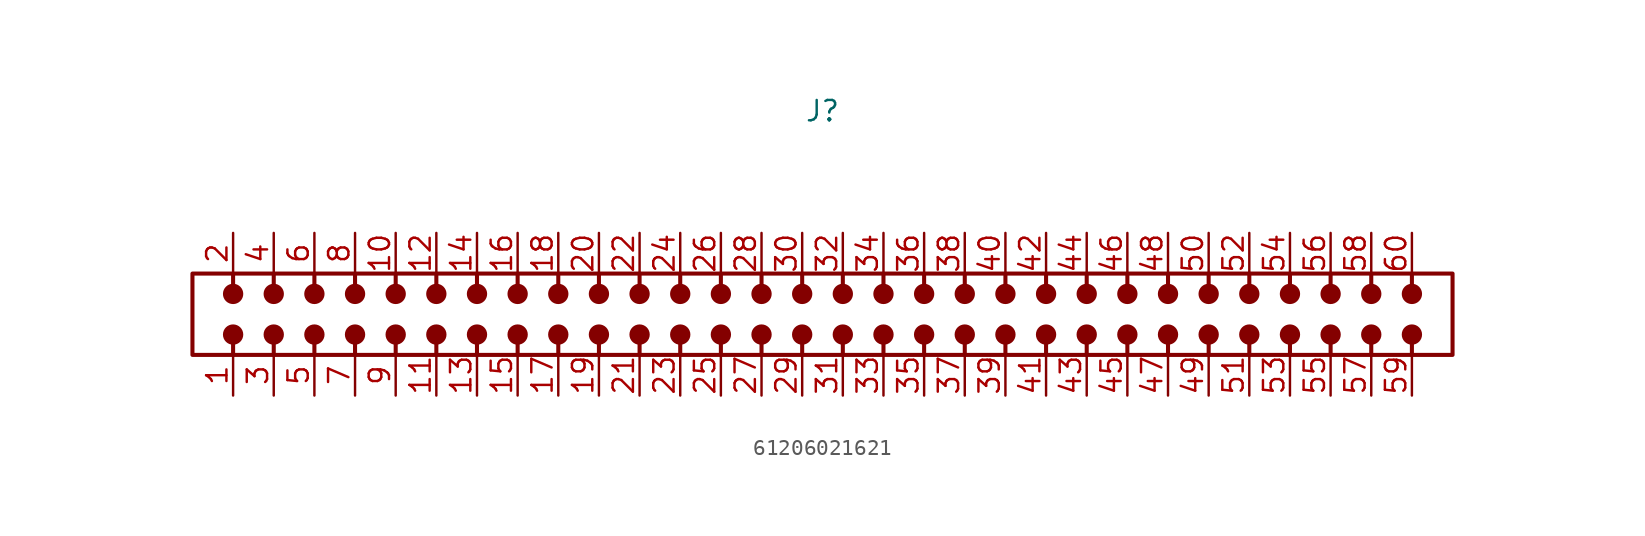
<source format=kicad_sym>
(kicad_symbol_lib
  (version 20241209)
  (generator "kicad_symbol_editor")
  (generator_version "9.0")
  (symbol "61206021621"
    (pin_names
      (hide yes))
    (property "Reference" "J"
      (at 0 12.7 0)
      (effects (font (size 1.27 1.27))))
    (symbol "61206021621_1_1"
      (rectangle (start -39.37 2.54) (end 39.37 -2.54) (stroke (width 0.254) (type solid)) (fill (type none)))
      (polyline (pts (xy -36.83 1.778) (xy -36.83 2.54)) (stroke (width 0.254) (type solid)) (fill (type none)))
      (circle (center -36.83 1.27) (radius 0.508) (stroke (width 0.254) (type solid)) (fill (type outline)))
      (circle (center -36.83 -1.27) (radius 0.508) (stroke (width 0.254) (type solid)) (fill (type outline)))
      (polyline (pts (xy -36.83 -1.778) (xy -36.83 -2.54)) (stroke (width 0.254) (type solid)) (fill (type none)))
      (polyline (pts (xy -34.29 1.778) (xy -34.29 2.54)) (stroke (width 0.254) (type solid)) (fill (type none)))
      (circle (center -34.29 1.27) (radius 0.508) (stroke (width 0.254) (type solid)) (fill (type outline)))
      (circle (center -34.29 -1.27) (radius 0.508) (stroke (width 0.254) (type solid)) (fill (type outline)))
      (polyline (pts (xy -34.29 -1.778) (xy -34.29 -2.54)) (stroke (width 0.254) (type solid)) (fill (type none)))
      (polyline (pts (xy -31.75 1.778) (xy -31.75 2.54)) (stroke (width 0.254) (type solid)) (fill (type none)))
      (circle (center -31.75 1.27) (radius 0.508) (stroke (width 0.254) (type solid)) (fill (type outline)))
      (circle (center -31.75 -1.27) (radius 0.508) (stroke (width 0.254) (type solid)) (fill (type outline)))
      (polyline (pts (xy -31.75 -1.778) (xy -31.75 -2.54)) (stroke (width 0.254) (type solid)) (fill (type none)))
      (polyline (pts (xy -29.21 1.778) (xy -29.21 2.54)) (stroke (width 0.254) (type solid)) (fill (type none)))
      (circle (center -29.21 1.27) (radius 0.508) (stroke (width 0.254) (type solid)) (fill (type outline)))
      (circle (center -29.21 -1.27) (radius 0.508) (stroke (width 0.254) (type solid)) (fill (type outline)))
      (polyline (pts (xy -29.21 -1.778) (xy -29.21 -2.54)) (stroke (width 0.254) (type solid)) (fill (type none)))
      (polyline (pts (xy -26.67 1.778) (xy -26.67 2.54)) (stroke (width 0.254) (type solid)) (fill (type none)))
      (circle (center -26.67 1.27) (radius 0.508) (stroke (width 0.254) (type solid)) (fill (type outline)))
      (circle (center -26.67 -1.27) (radius 0.508) (stroke (width 0.254) (type solid)) (fill (type outline)))
      (polyline (pts (xy -26.67 -1.778) (xy -26.67 -2.54)) (stroke (width 0.254) (type solid)) (fill (type none)))
      (polyline (pts (xy -24.13 1.778) (xy -24.13 2.54)) (stroke (width 0.254) (type solid)) (fill (type none)))
      (circle (center -24.13 1.27) (radius 0.508) (stroke (width 0.254) (type solid)) (fill (type outline)))
      (circle (center -24.13 -1.27) (radius 0.508) (stroke (width 0.254) (type solid)) (fill (type outline)))
      (polyline (pts (xy -24.13 -1.778) (xy -24.13 -2.54)) (stroke (width 0.254) (type solid)) (fill (type none)))
      (polyline (pts (xy -21.59 1.778) (xy -21.59 2.54)) (stroke (width 0.254) (type solid)) (fill (type none)))
      (circle (center -21.59 1.27) (radius 0.508) (stroke (width 0.254) (type solid)) (fill (type outline)))
      (circle (center -21.59 -1.27) (radius 0.508) (stroke (width 0.254) (type solid)) (fill (type outline)))
      (polyline (pts (xy -21.59 -1.778) (xy -21.59 -2.54)) (stroke (width 0.254) (type solid)) (fill (type none)))
      (polyline (pts (xy -19.05 1.778) (xy -19.05 2.54)) (stroke (width 0.254) (type solid)) (fill (type none)))
      (circle (center -19.05 1.27) (radius 0.508) (stroke (width 0.254) (type solid)) (fill (type outline)))
      (circle (center -19.05 -1.27) (radius 0.508) (stroke (width 0.254) (type solid)) (fill (type outline)))
      (polyline (pts (xy -19.05 -1.778) (xy -19.05 -2.54)) (stroke (width 0.254) (type solid)) (fill (type none)))
      (polyline (pts (xy -16.51 1.778) (xy -16.51 2.54)) (stroke (width 0.254) (type solid)) (fill (type none)))
      (circle (center -16.51 1.27) (radius 0.508) (stroke (width 0.254) (type solid)) (fill (type outline)))
      (circle (center -16.51 -1.27) (radius 0.508) (stroke (width 0.254) (type solid)) (fill (type outline)))
      (polyline (pts (xy -16.51 -1.778) (xy -16.51 -2.54)) (stroke (width 0.254) (type solid)) (fill (type none)))
      (polyline (pts (xy -13.97 1.778) (xy -13.97 2.54)) (stroke (width 0.254) (type solid)) (fill (type none)))
      (circle (center -13.97 1.27) (radius 0.508) (stroke (width 0.254) (type solid)) (fill (type outline)))
      (circle (center -13.97 -1.27) (radius 0.508) (stroke (width 0.254) (type solid)) (fill (type outline)))
      (polyline (pts (xy -13.97 -1.778) (xy -13.97 -2.54)) (stroke (width 0.254) (type solid)) (fill (type none)))
      (polyline (pts (xy -11.43 1.778) (xy -11.43 2.54)) (stroke (width 0.254) (type solid)) (fill (type none)))
      (circle (center -11.43 1.27) (radius 0.508) (stroke (width 0.254) (type solid)) (fill (type outline)))
      (circle (center -11.43 -1.27) (radius 0.508) (stroke (width 0.254) (type solid)) (fill (type outline)))
      (polyline (pts (xy -11.43 -1.778) (xy -11.43 -2.54)) (stroke (width 0.254) (type solid)) (fill (type none)))
      (polyline (pts (xy -8.89 1.778) (xy -8.89 2.54)) (stroke (width 0.254) (type solid)) (fill (type none)))
      (circle (center -8.89 1.27) (radius 0.508) (stroke (width 0.254) (type solid)) (fill (type outline)))
      (circle (center -8.89 -1.27) (radius 0.508) (stroke (width 0.254) (type solid)) (fill (type outline)))
      (polyline (pts (xy -8.89 -1.778) (xy -8.89 -2.54)) (stroke (width 0.254) (type solid)) (fill (type none)))
      (polyline (pts (xy -6.35 1.778) (xy -6.35 2.54)) (stroke (width 0.254) (type solid)) (fill (type none)))
      (circle (center -6.35 1.27) (radius 0.508) (stroke (width 0.254) (type solid)) (fill (type outline)))
      (circle (center -6.35 -1.27) (radius 0.508) (stroke (width 0.254) (type solid)) (fill (type outline)))
      (polyline (pts (xy -6.35 -1.778) (xy -6.35 -2.54)) (stroke (width 0.254) (type solid)) (fill (type none)))
      (polyline (pts (xy -3.81 1.778) (xy -3.81 2.54)) (stroke (width 0.254) (type solid)) (fill (type none)))
      (circle (center -3.81 1.27) (radius 0.508) (stroke (width 0.254) (type solid)) (fill (type outline)))
      (circle (center -3.81 -1.27) (radius 0.508) (stroke (width 0.254) (type solid)) (fill (type outline)))
      (polyline (pts (xy -3.81 -1.778) (xy -3.81 -2.54)) (stroke (width 0.254) (type solid)) (fill (type none)))
      (polyline (pts (xy -1.27 1.778) (xy -1.27 2.54)) (stroke (width 0.254) (type solid)) (fill (type none)))
      (circle (center -1.27 1.27) (radius 0.508) (stroke (width 0.254) (type solid)) (fill (type outline)))
      (circle (center -1.27 -1.27) (radius 0.508) (stroke (width 0.254) (type solid)) (fill (type outline)))
      (polyline (pts (xy -1.27 -1.778) (xy -1.27 -2.54)) (stroke (width 0.254) (type solid)) (fill (type none)))
      (polyline (pts (xy 1.27 1.778) (xy 1.27 2.54)) (stroke (width 0.254) (type solid)) (fill (type none)))
      (circle (center 1.27 1.27) (radius 0.508) (stroke (width 0.254) (type solid)) (fill (type outline)))
      (circle (center 1.27 -1.27) (radius 0.508) (stroke (width 0.254) (type solid)) (fill (type outline)))
      (polyline (pts (xy 1.27 -1.778) (xy 1.27 -2.54)) (stroke (width 0.254) (type solid)) (fill (type none)))
      (polyline (pts (xy 3.81 1.778) (xy 3.81 2.54)) (stroke (width 0.254) (type solid)) (fill (type none)))
      (circle (center 3.81 1.27) (radius 0.508) (stroke (width 0.254) (type solid)) (fill (type outline)))
      (circle (center 3.81 -1.27) (radius 0.508) (stroke (width 0.254) (type solid)) (fill (type outline)))
      (polyline (pts (xy 3.81 -1.778) (xy 3.81 -2.54)) (stroke (width 0.254) (type solid)) (fill (type none)))
      (polyline (pts (xy 6.35 1.778) (xy 6.35 2.54)) (stroke (width 0.254) (type solid)) (fill (type none)))
      (circle (center 6.35 1.27) (radius 0.508) (stroke (width 0.254) (type solid)) (fill (type outline)))
      (circle (center 6.35 -1.27) (radius 0.508) (stroke (width 0.254) (type solid)) (fill (type outline)))
      (polyline (pts (xy 6.35 -1.778) (xy 6.35 -2.54)) (stroke (width 0.254) (type solid)) (fill (type none)))
      (polyline (pts (xy 8.89 1.778) (xy 8.89 2.54)) (stroke (width 0.254) (type solid)) (fill (type none)))
      (circle (center 8.89 1.27) (radius 0.508) (stroke (width 0.254) (type solid)) (fill (type outline)))
      (circle (center 8.89 -1.27) (radius 0.508) (stroke (width 0.254) (type solid)) (fill (type outline)))
      (polyline (pts (xy 8.89 -1.778) (xy 8.89 -2.54)) (stroke (width 0.254) (type solid)) (fill (type none)))
      (polyline (pts (xy 11.43 1.778) (xy 11.43 2.54)) (stroke (width 0.254) (type solid)) (fill (type none)))
      (circle (center 11.43 1.27) (radius 0.508) (stroke (width 0.254) (type solid)) (fill (type outline)))
      (circle (center 11.43 -1.27) (radius 0.508) (stroke (width 0.254) (type solid)) (fill (type outline)))
      (polyline (pts (xy 11.43 -1.778) (xy 11.43 -2.54)) (stroke (width 0.254) (type solid)) (fill (type none)))
      (polyline (pts (xy 13.97 1.778) (xy 13.97 2.54)) (stroke (width 0.254) (type solid)) (fill (type none)))
      (circle (center 13.97 1.27) (radius 0.508) (stroke (width 0.254) (type solid)) (fill (type outline)))
      (circle (center 13.97 -1.27) (radius 0.508) (stroke (width 0.254) (type solid)) (fill (type outline)))
      (polyline (pts (xy 13.97 -1.778) (xy 13.97 -2.54)) (stroke (width 0.254) (type solid)) (fill (type none)))
      (polyline (pts (xy 16.51 1.778) (xy 16.51 2.54)) (stroke (width 0.254) (type solid)) (fill (type none)))
      (circle (center 16.51 1.27) (radius 0.508) (stroke (width 0.254) (type solid)) (fill (type outline)))
      (circle (center 16.51 -1.27) (radius 0.508) (stroke (width 0.254) (type solid)) (fill (type outline)))
      (polyline (pts (xy 16.51 -1.778) (xy 16.51 -2.54)) (stroke (width 0.254) (type solid)) (fill (type none)))
      (polyline (pts (xy 19.05 1.778) (xy 19.05 2.54)) (stroke (width 0.254) (type solid)) (fill (type none)))
      (circle (center 19.05 1.27) (radius 0.508) (stroke (width 0.254) (type solid)) (fill (type outline)))
      (circle (center 19.05 -1.27) (radius 0.508) (stroke (width 0.254) (type solid)) (fill (type outline)))
      (polyline (pts (xy 19.05 -1.778) (xy 19.05 -2.54)) (stroke (width 0.254) (type solid)) (fill (type none)))
      (polyline (pts (xy 21.59 1.778) (xy 21.59 2.54)) (stroke (width 0.254) (type solid)) (fill (type none)))
      (circle (center 21.59 1.27) (radius 0.508) (stroke (width 0.254) (type solid)) (fill (type outline)))
      (circle (center 21.59 -1.27) (radius 0.508) (stroke (width 0.254) (type solid)) (fill (type outline)))
      (polyline (pts (xy 21.59 -1.778) (xy 21.59 -2.54)) (stroke (width 0.254) (type solid)) (fill (type none)))
      (polyline (pts (xy 24.13 1.778) (xy 24.13 2.54)) (stroke (width 0.254) (type solid)) (fill (type none)))
      (circle (center 24.13 1.27) (radius 0.508) (stroke (width 0.254) (type solid)) (fill (type outline)))
      (circle (center 24.13 -1.27) (radius 0.508) (stroke (width 0.254) (type solid)) (fill (type outline)))
      (polyline (pts (xy 24.13 -1.778) (xy 24.13 -2.54)) (stroke (width 0.254) (type solid)) (fill (type none)))
      (polyline (pts (xy 26.67 1.778) (xy 26.67 2.54)) (stroke (width 0.254) (type solid)) (fill (type none)))
      (circle (center 26.67 1.27) (radius 0.508) (stroke (width 0.254) (type solid)) (fill (type outline)))
      (circle (center 26.67 -1.27) (radius 0.508) (stroke (width 0.254) (type solid)) (fill (type outline)))
      (polyline (pts (xy 26.67 -1.778) (xy 26.67 -2.54)) (stroke (width 0.254) (type solid)) (fill (type none)))
      (polyline (pts (xy 29.21 1.778) (xy 29.21 2.54)) (stroke (width 0.254) (type solid)) (fill (type none)))
      (circle (center 29.21 1.27) (radius 0.508) (stroke (width 0.254) (type solid)) (fill (type outline)))
      (circle (center 29.21 -1.27) (radius 0.508) (stroke (width 0.254) (type solid)) (fill (type outline)))
      (polyline (pts (xy 29.21 -1.778) (xy 29.21 -2.54)) (stroke (width 0.254) (type solid)) (fill (type none)))
      (polyline (pts (xy 31.75 1.778) (xy 31.75 2.54)) (stroke (width 0.254) (type solid)) (fill (type none)))
      (circle (center 31.75 1.27) (radius 0.508) (stroke (width 0.254) (type solid)) (fill (type outline)))
      (circle (center 31.75 -1.27) (radius 0.508) (stroke (width 0.254) (type solid)) (fill (type outline)))
      (polyline (pts (xy 31.75 -1.778) (xy 31.75 -2.54)) (stroke (width 0.254) (type solid)) (fill (type none)))
      (polyline (pts (xy 34.29 1.778) (xy 34.29 2.54)) (stroke (width 0.254) (type solid)) (fill (type none)))
      (circle (center 34.29 1.27) (radius 0.508) (stroke (width 0.254) (type solid)) (fill (type outline)))
      (circle (center 34.29 -1.27) (radius 0.508) (stroke (width 0.254) (type solid)) (fill (type outline)))
      (polyline (pts (xy 34.29 -1.778) (xy 34.29 -2.54)) (stroke (width 0.254) (type solid)) (fill (type none)))
      (polyline (pts (xy 36.83 1.778) (xy 36.83 2.54)) (stroke (width 0.254) (type solid)) (fill (type none)))
      (circle (center 36.83 1.27) (radius 0.508) (stroke (width 0.254) (type solid)) (fill (type outline)))
      (circle (center 36.83 -1.27) (radius 0.508) (stroke (width 0.254) (type solid)) (fill (type outline)))
      (polyline (pts (xy 36.83 -1.778) (xy 36.83 -2.54)) (stroke (width 0.254) (type solid)) (fill (type none)))
      (pin passive line (at -36.83 5.08 270) (length 2.54) (name "2" (effects (font (size 1.27 1.27)))) (number "2" (effects (font (size 1.27 1.27)))))
      (pin passive line (at -36.83 -5.08 90) (length 2.54) (name "1" (effects (font (size 1.27 1.27)))) (number "1" (effects (font (size 1.27 1.27)))))
      (pin passive line (at -34.29 5.08 270) (length 2.54) (name "4" (effects (font (size 1.27 1.27)))) (number "4" (effects (font (size 1.27 1.27)))))
      (pin passive line (at -34.29 -5.08 90) (length 2.54) (name "3" (effects (font (size 1.27 1.27)))) (number "3" (effects (font (size 1.27 1.27)))))
      (pin passive line (at -31.75 5.08 270) (length 2.54) (name "6" (effects (font (size 1.27 1.27)))) (number "6" (effects (font (size 1.27 1.27)))))
      (pin passive line (at -31.75 -5.08 90) (length 2.54) (name "5" (effects (font (size 1.27 1.27)))) (number "5" (effects (font (size 1.27 1.27)))))
      (pin passive line (at -29.21 5.08 270) (length 2.54) (name "8" (effects (font (size 1.27 1.27)))) (number "8" (effects (font (size 1.27 1.27)))))
      (pin passive line (at -29.21 -5.08 90) (length 2.54) (name "7" (effects (font (size 1.27 1.27)))) (number "7" (effects (font (size 1.27 1.27)))))
      (pin passive line (at -26.67 5.08 270) (length 2.54) (name "10" (effects (font (size 1.27 1.27)))) (number "10" (effects (font (size 1.27 1.27)))))
      (pin passive line (at -26.67 -5.08 90) (length 2.54) (name "9" (effects (font (size 1.27 1.27)))) (number "9" (effects (font (size 1.27 1.27)))))
      (pin passive line (at -24.13 5.08 270) (length 2.54) (name "12" (effects (font (size 1.27 1.27)))) (number "12" (effects (font (size 1.27 1.27)))))
      (pin passive line (at -24.13 -5.08 90) (length 2.54) (name "11" (effects (font (size 1.27 1.27)))) (number "11" (effects (font (size 1.27 1.27)))))
      (pin passive line (at -21.59 5.08 270) (length 2.54) (name "14" (effects (font (size 1.27 1.27)))) (number "14" (effects (font (size 1.27 1.27)))))
      (pin passive line (at -21.59 -5.08 90) (length 2.54) (name "13" (effects (font (size 1.27 1.27)))) (number "13" (effects (font (size 1.27 1.27)))))
      (pin passive line (at -19.05 5.08 270) (length 2.54) (name "16" (effects (font (size 1.27 1.27)))) (number "16" (effects (font (size 1.27 1.27)))))
      (pin passive line (at -19.05 -5.08 90) (length 2.54) (name "15" (effects (font (size 1.27 1.27)))) (number "15" (effects (font (size 1.27 1.27)))))
      (pin passive line (at -16.51 5.08 270) (length 2.54) (name "18" (effects (font (size 1.27 1.27)))) (number "18" (effects (font (size 1.27 1.27)))))
      (pin passive line (at -16.51 -5.08 90) (length 2.54) (name "17" (effects (font (size 1.27 1.27)))) (number "17" (effects (font (size 1.27 1.27)))))
      (pin passive line (at -13.97 5.08 270) (length 2.54) (name "20" (effects (font (size 1.27 1.27)))) (number "20" (effects (font (size 1.27 1.27)))))
      (pin passive line (at -13.97 -5.08 90) (length 2.54) (name "19" (effects (font (size 1.27 1.27)))) (number "19" (effects (font (size 1.27 1.27)))))
      (pin passive line (at -11.43 5.08 270) (length 2.54) (name "22" (effects (font (size 1.27 1.27)))) (number "22" (effects (font (size 1.27 1.27)))))
      (pin passive line (at -11.43 -5.08 90) (length 2.54) (name "21" (effects (font (size 1.27 1.27)))) (number "21" (effects (font (size 1.27 1.27)))))
      (pin passive line (at -8.89 5.08 270) (length 2.54) (name "24" (effects (font (size 1.27 1.27)))) (number "24" (effects (font (size 1.27 1.27)))))
      (pin passive line (at -8.89 -5.08 90) (length 2.54) (name "23" (effects (font (size 1.27 1.27)))) (number "23" (effects (font (size 1.27 1.27)))))
      (pin passive line (at -6.35 5.08 270) (length 2.54) (name "26" (effects (font (size 1.27 1.27)))) (number "26" (effects (font (size 1.27 1.27)))))
      (pin passive line (at -6.35 -5.08 90) (length 2.54) (name "25" (effects (font (size 1.27 1.27)))) (number "25" (effects (font (size 1.27 1.27)))))
      (pin passive line (at -3.81 5.08 270) (length 2.54) (name "28" (effects (font (size 1.27 1.27)))) (number "28" (effects (font (size 1.27 1.27)))))
      (pin passive line (at -3.81 -5.08 90) (length 2.54) (name "27" (effects (font (size 1.27 1.27)))) (number "27" (effects (font (size 1.27 1.27)))))
      (pin passive line (at -1.27 5.08 270) (length 2.54) (name "30" (effects (font (size 1.27 1.27)))) (number "30" (effects (font (size 1.27 1.27)))))
      (pin passive line (at -1.27 -5.08 90) (length 2.54) (name "29" (effects (font (size 1.27 1.27)))) (number "29" (effects (font (size 1.27 1.27)))))
      (pin passive line (at 1.27 5.08 270) (length 2.54) (name "32" (effects (font (size 1.27 1.27)))) (number "32" (effects (font (size 1.27 1.27)))))
      (pin passive line (at 1.27 -5.08 90) (length 2.54) (name "31" (effects (font (size 1.27 1.27)))) (number "31" (effects (font (size 1.27 1.27)))))
      (pin passive line (at 3.81 5.08 270) (length 2.54) (name "34" (effects (font (size 1.27 1.27)))) (number "34" (effects (font (size 1.27 1.27)))))
      (pin passive line (at 3.81 -5.08 90) (length 2.54) (name "33" (effects (font (size 1.27 1.27)))) (number "33" (effects (font (size 1.27 1.27)))))
      (pin passive line (at 6.35 5.08 270) (length 2.54) (name "36" (effects (font (size 1.27 1.27)))) (number "36" (effects (font (size 1.27 1.27)))))
      (pin passive line (at 6.35 -5.08 90) (length 2.54) (name "35" (effects (font (size 1.27 1.27)))) (number "35" (effects (font (size 1.27 1.27)))))
      (pin passive line (at 8.89 5.08 270) (length 2.54) (name "38" (effects (font (size 1.27 1.27)))) (number "38" (effects (font (size 1.27 1.27)))))
      (pin passive line (at 8.89 -5.08 90) (length 2.54) (name "37" (effects (font (size 1.27 1.27)))) (number "37" (effects (font (size 1.27 1.27)))))
      (pin passive line (at 11.43 5.08 270) (length 2.54) (name "40" (effects (font (size 1.27 1.27)))) (number "40" (effects (font (size 1.27 1.27)))))
      (pin passive line (at 11.43 -5.08 90) (length 2.54) (name "39" (effects (font (size 1.27 1.27)))) (number "39" (effects (font (size 1.27 1.27)))))
      (pin passive line (at 13.97 5.08 270) (length 2.54) (name "42" (effects (font (size 1.27 1.27)))) (number "42" (effects (font (size 1.27 1.27)))))
      (pin passive line (at 13.97 -5.08 90) (length 2.54) (name "41" (effects (font (size 1.27 1.27)))) (number "41" (effects (font (size 1.27 1.27)))))
      (pin passive line (at 16.51 5.08 270) (length 2.54) (name "44" (effects (font (size 1.27 1.27)))) (number "44" (effects (font (size 1.27 1.27)))))
      (pin passive line (at 16.51 -5.08 90) (length 2.54) (name "43" (effects (font (size 1.27 1.27)))) (number "43" (effects (font (size 1.27 1.27)))))
      (pin passive line (at 19.05 5.08 270) (length 2.54) (name "46" (effects (font (size 1.27 1.27)))) (number "46" (effects (font (size 1.27 1.27)))))
      (pin passive line (at 19.05 -5.08 90) (length 2.54) (name "45" (effects (font (size 1.27 1.27)))) (number "45" (effects (font (size 1.27 1.27)))))
      (pin passive line (at 21.59 5.08 270) (length 2.54) (name "48" (effects (font (size 1.27 1.27)))) (number "48" (effects (font (size 1.27 1.27)))))
      (pin passive line (at 21.59 -5.08 90) (length 2.54) (name "47" (effects (font (size 1.27 1.27)))) (number "47" (effects (font (size 1.27 1.27)))))
      (pin passive line (at 24.13 5.08 270) (length 2.54) (name "50" (effects (font (size 1.27 1.27)))) (number "50" (effects (font (size 1.27 1.27)))))
      (pin passive line (at 24.13 -5.08 90) (length 2.54) (name "49" (effects (font (size 1.27 1.27)))) (number "49" (effects (font (size 1.27 1.27)))))
      (pin passive line (at 26.67 5.08 270) (length 2.54) (name "52" (effects (font (size 1.27 1.27)))) (number "52" (effects (font (size 1.27 1.27)))))
      (pin passive line (at 26.67 -5.08 90) (length 2.54) (name "51" (effects (font (size 1.27 1.27)))) (number "51" (effects (font (size 1.27 1.27)))))
      (pin passive line (at 29.21 5.08 270) (length 2.54) (name "54" (effects (font (size 1.27 1.27)))) (number "54" (effects (font (size 1.27 1.27)))))
      (pin passive line (at 29.21 -5.08 90) (length 2.54) (name "53" (effects (font (size 1.27 1.27)))) (number "53" (effects (font (size 1.27 1.27)))))
      (pin passive line (at 31.75 5.08 270) (length 2.54) (name "56" (effects (font (size 1.27 1.27)))) (number "56" (effects (font (size 1.27 1.27)))))
      (pin passive line (at 31.75 -5.08 90) (length 2.54) (name "55" (effects (font (size 1.27 1.27)))) (number "55" (effects (font (size 1.27 1.27)))))
      (pin passive line (at 34.29 5.08 270) (length 2.54) (name "58" (effects (font (size 1.27 1.27)))) (number "58" (effects (font (size 1.27 1.27)))))
      (pin passive line (at 34.29 -5.08 90) (length 2.54) (name "57" (effects (font (size 1.27 1.27)))) (number "57" (effects (font (size 1.27 1.27)))))
      (pin passive line (at 36.83 5.08 270) (length 2.54) (name "60" (effects (font (size 1.27 1.27)))) (number "60" (effects (font (size 1.27 1.27)))))
      (pin passive line (at 36.83 -5.08 90) (length 2.54) (name "59" (effects (font (size 1.27 1.27)))) (number "59" (effects (font (size 1.27 1.27))))))))
</source>
